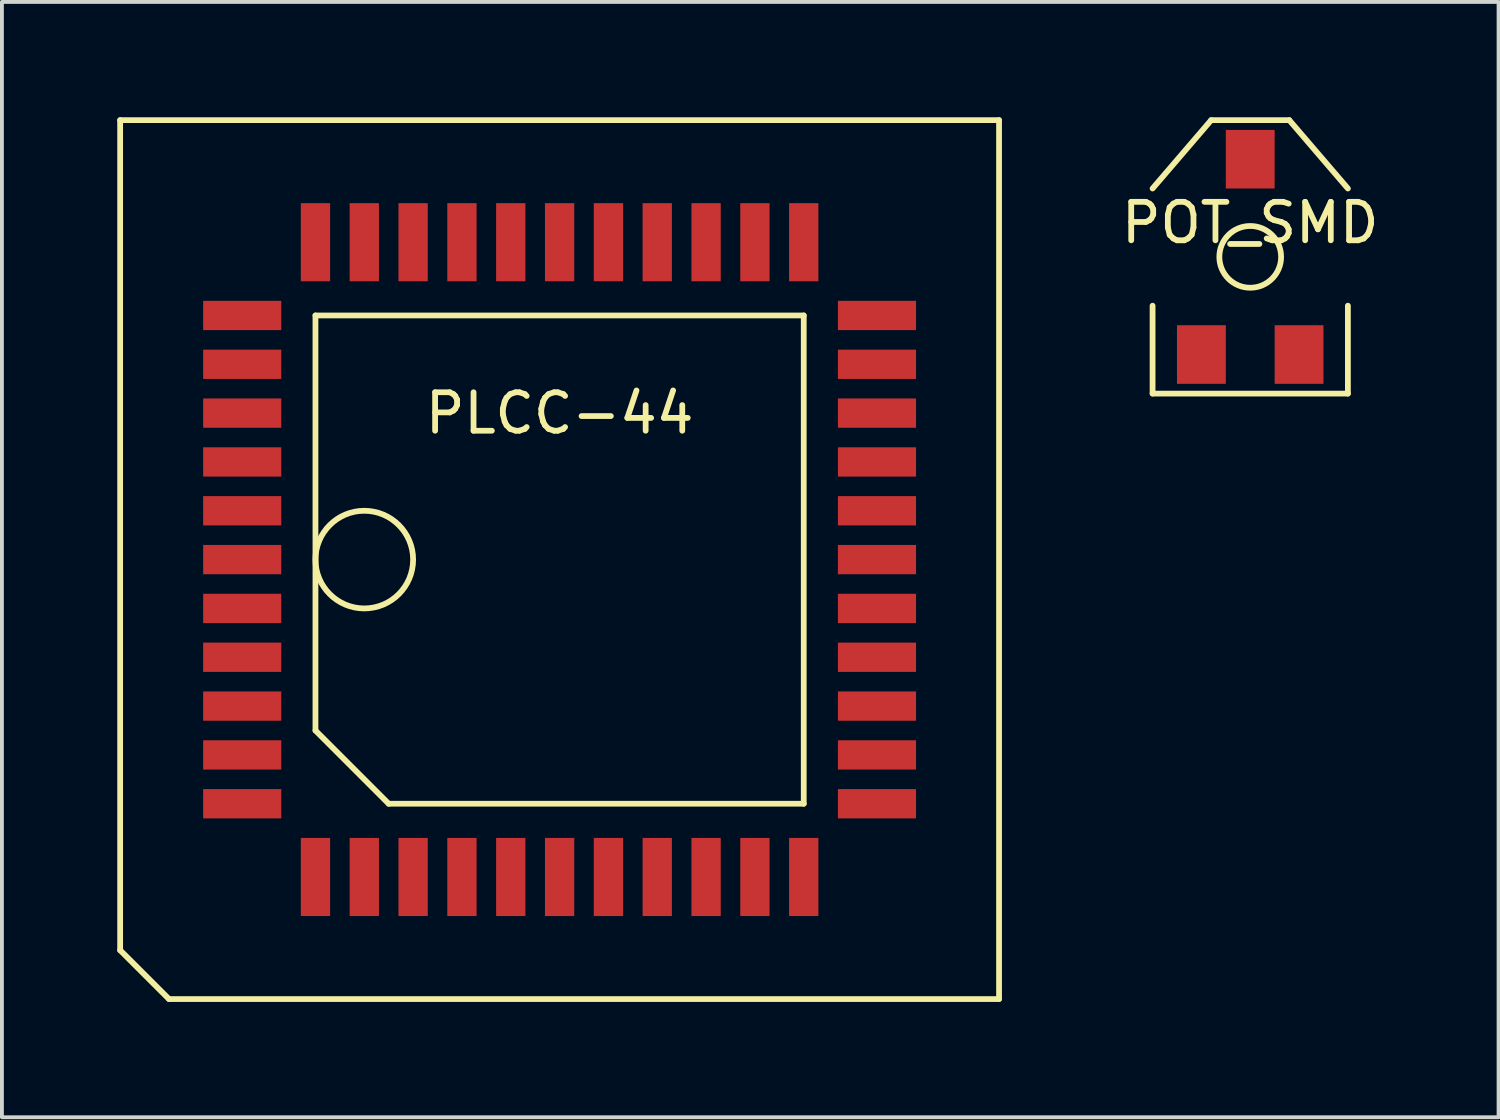
<source format=kicad_pcb>
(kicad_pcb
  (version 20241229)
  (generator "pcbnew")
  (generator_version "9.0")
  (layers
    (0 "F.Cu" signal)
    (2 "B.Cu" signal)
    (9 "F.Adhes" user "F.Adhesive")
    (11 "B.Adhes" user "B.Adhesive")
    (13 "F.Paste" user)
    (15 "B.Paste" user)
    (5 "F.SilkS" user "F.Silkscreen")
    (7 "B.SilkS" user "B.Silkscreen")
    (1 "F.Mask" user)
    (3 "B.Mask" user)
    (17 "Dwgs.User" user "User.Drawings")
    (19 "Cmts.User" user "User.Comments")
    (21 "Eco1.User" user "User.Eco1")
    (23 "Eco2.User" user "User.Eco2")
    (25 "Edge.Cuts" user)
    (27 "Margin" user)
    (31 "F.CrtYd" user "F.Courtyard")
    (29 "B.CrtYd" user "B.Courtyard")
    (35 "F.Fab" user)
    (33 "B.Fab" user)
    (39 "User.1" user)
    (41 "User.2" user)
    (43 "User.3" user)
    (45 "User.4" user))
  (footprint "PLCC-44"
    (layer "F.Cu")
    (at 11.505 11.505)
    (property "Reference" "PLCC-44" (at 0 -3.807 0) (layer "F.SilkS") (effects (font (size 1 1) (thickness 0.15))))
    (attr smd)
    (fp_line (start -11.43 -11.43) (end -11.43 10.16) (stroke (width 0.15) (type solid)) (layer "F.SilkS"))
    (fp_line (start -11.43 10.16) (end -10.16 11.43) (stroke (width 0.15) (type solid)) (layer "F.SilkS"))
    (fp_line (start -10.16 11.43) (end 11.43 11.43) (stroke (width 0.15) (type solid)) (layer "F.SilkS"))
    (fp_line (start -6.35 -6.35) (end 6.35 -6.35) (stroke (width 0.15) (type solid)) (layer "F.SilkS"))
    (fp_line (start -6.35 4.445) (end -6.35 -6.35) (stroke (width 0.15) (type solid)) (layer "F.SilkS"))
    (fp_line (start -4.445 6.35) (end -6.35 4.445) (stroke (width 0.15) (type solid)) (layer "F.SilkS"))
    (fp_line (start -4.445 6.35) (end 6.35 6.35) (stroke (width 0.15) (type solid)) (layer "F.SilkS"))
    (fp_line (start 6.35 -6.35) (end 6.35 6.35) (stroke (width 0.15) (type solid)) (layer "F.SilkS"))
    (fp_line (start 11.43 -11.43) (end -11.43 -11.43) (stroke (width 0.15) (type solid)) (layer "F.SilkS"))
    (fp_line (start 11.43 11.43) (end 11.43 -11.43) (stroke (width 0.15) (type solid)) (layer "F.SilkS"))
    (fp_circle (center -5.08 0) (end -6.35 0) (stroke (width 0.15) (type solid)) (fill no) (layer "F.SilkS"))
    (pad "1" smd rect (at -8.255 0) (size 2.032 0.762) (layers "F.Cu" "F.Mask" "F.Paste"))
    (pad "2" smd rect (at -8.255 1.27) (size 2.032 0.762) (layers "F.Cu" "F.Mask" "F.Paste"))
    (pad "3" smd rect (at -8.255 2.54) (size 2.032 0.762) (layers "F.Cu" "F.Mask" "F.Paste"))
    (pad "4" smd rect (at -8.255 3.81) (size 2.032 0.762) (layers "F.Cu" "F.Mask" "F.Paste"))
    (pad "5" smd rect (at -8.255 5.08) (size 2.032 0.762) (layers "F.Cu" "F.Mask" "F.Paste"))
    (pad "6" smd rect (at -8.255 6.35) (size 2.032 0.762) (layers "F.Cu" "F.Mask" "F.Paste"))
    (pad "7" smd rect (at -6.35 8.255) (size 0.762 2.032) (layers "F.Cu" "F.Mask" "F.Paste"))
    (pad "8" smd rect (at -5.08 8.255) (size 0.762 2.032) (layers "F.Cu" "F.Mask" "F.Paste"))
    (pad "9" smd rect (at -3.81 8.255) (size 0.762 2.032) (layers "F.Cu" "F.Mask" "F.Paste"))
    (pad "10" smd rect (at -2.54 8.255) (size 0.762 2.032) (layers "F.Cu" "F.Mask" "F.Paste"))
    (pad "11" smd rect (at -1.27 8.255) (size 0.762 2.032) (layers "F.Cu" "F.Mask" "F.Paste"))
    (pad "12" smd rect (at 0 8.255) (size 0.762 2.032) (layers "F.Cu" "F.Mask" "F.Paste"))
    (pad "13" smd rect (at 1.27 8.255) (size 0.762 2.032) (layers "F.Cu" "F.Mask" "F.Paste"))
    (pad "14" smd rect (at 2.54 8.255) (size 0.762 2.032) (layers "F.Cu" "F.Mask" "F.Paste"))
    (pad "15" smd rect (at 3.81 8.255) (size 0.762 2.032) (layers "F.Cu" "F.Mask" "F.Paste"))
    (pad "16" smd rect (at 5.08 8.255) (size 0.762 2.032) (layers "F.Cu" "F.Mask" "F.Paste"))
    (pad "17" smd rect (at 6.35 8.255) (size 0.762 2.032) (layers "F.Cu" "F.Mask" "F.Paste"))
    (pad "18" smd rect (at 8.255 6.35) (size 2.032 0.762) (layers "F.Cu" "F.Mask" "F.Paste"))
    (pad "19" smd rect (at 8.255 5.08) (size 2.032 0.762) (layers "F.Cu" "F.Mask" "F.Paste"))
    (pad "20" smd rect (at 8.255 3.81) (size 2.032 0.762) (layers "F.Cu" "F.Mask" "F.Paste"))
    (pad "21" smd rect (at 8.255 2.54) (size 2.032 0.762) (layers "F.Cu" "F.Mask" "F.Paste"))
    (pad "22" smd rect (at 8.255 1.27) (size 2.032 0.762) (layers "F.Cu" "F.Mask" "F.Paste"))
    (pad "23" smd rect (at 8.255 0) (size 2.032 0.762) (layers "F.Cu" "F.Mask" "F.Paste"))
    (pad "24" smd rect (at 8.255 -1.27) (size 2.032 0.762) (layers "F.Cu" "F.Mask" "F.Paste"))
    (pad "25" smd rect (at 8.255 -2.54) (size 2.032 0.762) (layers "F.Cu" "F.Mask" "F.Paste"))
    (pad "26" smd rect (at 8.255 -3.81) (size 2.032 0.762) (layers "F.Cu" "F.Mask" "F.Paste"))
    (pad "27" smd rect (at 8.255 -5.08) (size 2.032 0.762) (layers "F.Cu" "F.Mask" "F.Paste"))
    (pad "28" smd rect (at 8.255 -6.35) (size 2.032 0.762) (layers "F.Cu" "F.Mask" "F.Paste"))
    (pad "29" smd rect (at 6.35 -8.255) (size 0.762 2.032) (layers "F.Cu" "F.Mask" "F.Paste"))
    (pad "30" smd rect (at 5.08 -8.255) (size 0.762 2.032) (layers "F.Cu" "F.Mask" "F.Paste"))
    (pad "31" smd rect (at 3.81 -8.255) (size 0.762 2.032) (layers "F.Cu" "F.Mask" "F.Paste"))
    (pad "32" smd rect (at 2.54 -8.255) (size 0.762 2.032) (layers "F.Cu" "F.Mask" "F.Paste"))
    (pad "33" smd rect (at 1.27 -8.255) (size 0.762 2.032) (layers "F.Cu" "F.Mask" "F.Paste"))
    (pad "34" smd rect (at 0 -8.255) (size 0.762 2.032) (layers "F.Cu" "F.Mask" "F.Paste"))
    (pad "35" smd rect (at -1.27 -8.255) (size 0.762 2.032) (layers "F.Cu" "F.Mask" "F.Paste"))
    (pad "36" smd rect (at -2.54 -8.255) (size 0.762 2.032) (layers "F.Cu" "F.Mask" "F.Paste"))
    (pad "37" smd rect (at -3.81 -8.255) (size 0.762 2.032) (layers "F.Cu" "F.Mask" "F.Paste"))
    (pad "38" smd rect (at -5.08 -8.255) (size 0.762 2.032) (layers "F.Cu" "F.Mask" "F.Paste"))
    (pad "39" smd rect (at -6.35 -8.255) (size 0.762 2.032) (layers "F.Cu" "F.Mask" "F.Paste"))
    (pad "40" smd rect (at -8.255 -6.35) (size 2.032 0.762) (layers "F.Cu" "F.Mask" "F.Paste"))
    (pad "41" smd rect (at -8.255 -5.08) (size 2.032 0.762) (layers "F.Cu" "F.Mask" "F.Paste"))
    (pad "42" smd rect (at -8.255 -3.81) (size 2.032 0.762) (layers "F.Cu" "F.Mask" "F.Paste"))
    (pad "43" smd rect (at -8.255 -2.54) (size 2.032 0.762) (layers "F.Cu" "F.Mask" "F.Paste"))
    (pad "44" smd rect (at -8.255 -1.27) (size 2.032 0.762) (layers "F.Cu" "F.Mask" "F.Paste")))
  (footprint "POT_SMD"
    (layer "F.Cu")
    (at 29.468 3.631)
    (property "Reference" "POT_SMD" (at 0 -0.886 0) (layer "F.SilkS") (effects (font (size 1 1) (thickness 0.15))))
    (attr smd)
    (fp_line (start -2.54 -1.778) (end -1.016 -3.556) (stroke (width 0.15) (type solid)) (layer "F.SilkS"))
    (fp_line (start -2.54 1.27) (end -2.54 3.556) (stroke (width 0.15) (type solid)) (layer "F.SilkS"))
    (fp_line (start -2.54 3.556) (end 2.54 3.556) (stroke (width 0.15) (type solid)) (layer "F.SilkS"))
    (fp_line (start -1.016 -3.556) (end 1.016 -3.556) (stroke (width 0.15) (type solid)) (layer "F.SilkS"))
    (fp_line (start 1.016 -3.556) (end 2.54 -1.778) (stroke (width 0.15) (type solid)) (layer "F.SilkS"))
    (fp_line (start 2.54 3.556) (end 2.54 1.27) (stroke (width 0.15) (type solid)) (layer "F.SilkS"))
    (fp_circle (center 0 0) (end 0.254 -0.762) (stroke (width 0.15) (type solid)) (fill no) (layer "F.SilkS"))
    (pad "1" smd rect (at -1.27 2.54) (size 1.27 1.524) (layers "F.Cu" "F.Mask" "F.Paste"))
    (pad "2" smd rect (at 0 -2.54) (size 1.27 1.524) (layers "F.Cu" "F.Mask" "F.Paste"))
    (pad "3" smd rect (at 1.27 2.54) (size 1.27 1.524) (layers "F.Cu" "F.Mask" "F.Paste")))
  (gr_rect
    (start -3 -3)
    (end 35.927 26.01)
    (stroke (width 0.1) (type default))
    (fill no)
    (layer "Edge.Cuts")))
</source>
